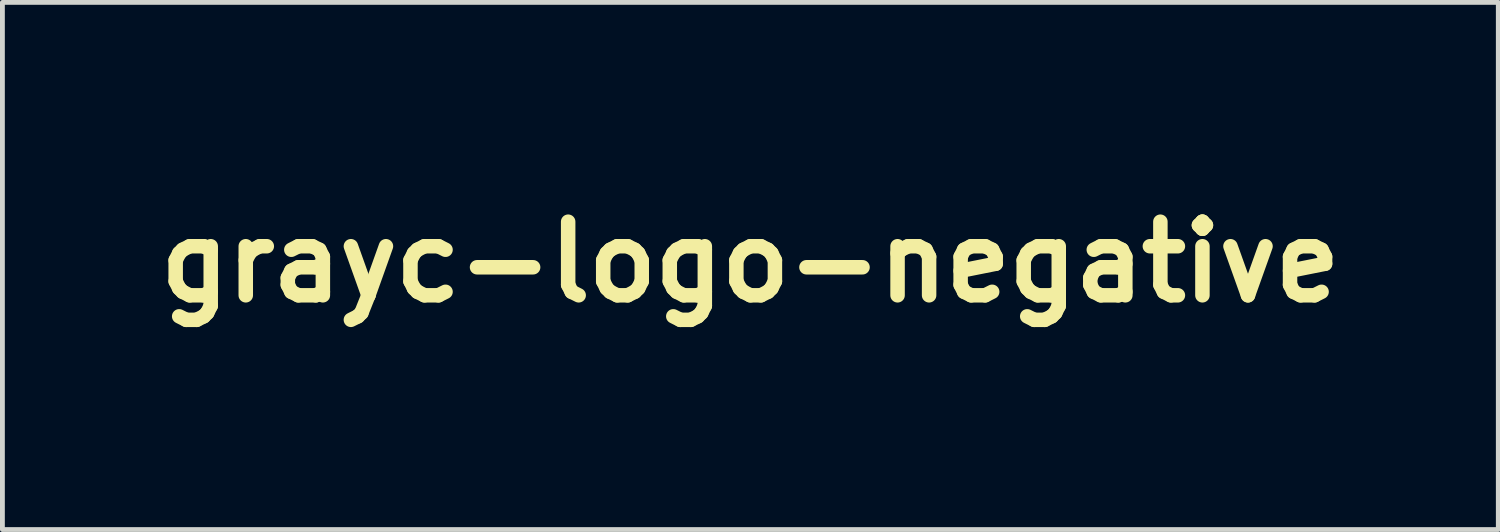
<source format=kicad_pcb>
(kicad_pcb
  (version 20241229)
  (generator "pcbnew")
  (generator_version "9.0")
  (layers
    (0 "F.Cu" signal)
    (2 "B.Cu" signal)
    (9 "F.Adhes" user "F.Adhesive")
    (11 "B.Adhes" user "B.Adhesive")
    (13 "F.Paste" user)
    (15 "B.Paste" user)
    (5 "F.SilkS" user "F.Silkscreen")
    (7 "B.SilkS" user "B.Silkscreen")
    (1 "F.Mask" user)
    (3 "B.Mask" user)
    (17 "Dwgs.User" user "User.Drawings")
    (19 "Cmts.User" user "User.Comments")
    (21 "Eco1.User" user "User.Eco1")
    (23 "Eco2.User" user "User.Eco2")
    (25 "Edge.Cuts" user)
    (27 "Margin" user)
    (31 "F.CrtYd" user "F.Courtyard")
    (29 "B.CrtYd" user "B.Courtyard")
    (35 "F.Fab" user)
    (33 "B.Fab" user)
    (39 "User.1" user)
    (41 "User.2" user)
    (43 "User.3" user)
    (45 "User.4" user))
  (footprint "grayc-logo-negative"
    (layer "F.Cu")
    (at 12.49 2.376)
    (property "Reference" "grayc-logo-negative" (at 0 0 0) (layer "F.SilkS") (effects (font (size 1.524 1.524) (thickness 0.3))))
    (attr through_hole)
    (fp_poly (pts (xy 0.1 -2.232) (xy -0.124 -2.138) (xy -0.373 -1.996) (xy -0.619 -1.829) (xy -0.833 -1.659) (xy -0.987 -1.509) (xy -1.053 -1.401) (xy -1.003 -1.358) (xy -1.002 -1.358) (xy -0.792 -1.324) (xy -0.727 -1.303) (xy -0.613 -1.311) (xy -0.593 -1.388) (xy -0.548 -1.509) (xy -0.456 -1.496) (xy -0.394 -1.4) (xy -0.297 -1.298) (xy -0.094 -1.16) (xy 0.102 -1.052) (xy 0.514 -0.82) (xy 0.785 -0.599) (xy 0.937 -0.368) (xy 0.976 -0.243) (xy 1.112 0.005) (xy 1.404 0.259) (xy 1.613 0.413) (xy 1.748 0.533) (xy 1.778 0.576) (xy 1.717 0.697) (xy 1.571 0.859) (xy 1.396 1.009) (xy 1.249 1.095) (xy 1.219 1.101) (xy 1.062 1.081) (xy 0.818 1.031) (xy 0.714 1.006) (xy 0.414 0.954) (xy 0.177 0.983) (xy 0.076 1.02) (xy -0.097 1.109) (xy -0.156 1.225) (xy -0.138 1.432) (xy -0.035 1.736) (xy 0.171 1.928) (xy 0.498 2.02) (xy 0.732 2.032) (xy 1.257 1.956) (xy 1.763 1.746) (xy 2.066 1.535) (xy 2.171 1.449) (xy 2.177 1.47) (xy 2.087 1.616) (xy 2.083 1.621) (xy 1.809 1.921) (xy 1.416 2.186) (xy 0.957 2.391) (xy 0.482 2.512) (xy 0.177 2.534) (xy -0.104 2.504) (xy -0.421 2.435) (xy -0.493 2.414) (xy -1.048 2.161) (xy -1.5 1.793) (xy -1.843 1.337) (xy -2.071 0.818) (xy -2.178 0.262) (xy -2.158 -0.307) (xy -2.044 -0.72) (xy -1.27 -0.72) (xy -1.228 -0.677) (xy -1.185 -0.72) (xy -1.228 -0.762) (xy -1.27 -0.72) (xy -2.044 -0.72) (xy -2.004 -0.863) (xy -1.857 -1.122) (xy -1.438 -1.122) (xy -1.355 -0.95) (xy -1.135 -0.831) (xy -1.089 -0.818) (xy -0.87 -0.71) (xy -0.806 -0.548) (xy -0.903 -0.359) (xy -0.962 -0.302) (xy -1.107 -0.153) (xy -1.234 0.02) (xy -1.325 0.182) (xy -1.36 0.295) (xy -1.32 0.323) (xy -1.283 0.304) (xy -1.249 0.353) (xy -1.241 0.525) (xy -1.25 0.668) (xy -1.232 1.027) (xy -1.088 1.325) (xy -0.801 1.593) (xy -0.639 1.702) (xy -0.435 1.809) (xy -0.356 1.802) (xy -0.401 1.68) (xy -0.457 1.595) (xy -0.532 1.433) (xy -0.578 1.229) (xy -0.593 1.036) (xy -0.571 0.905) (xy -0.513 0.886) (xy -0.408 0.87) (xy -0.365 0.821) (xy -0.23 0.69) (xy -0.016 0.644) (xy 0.301 0.681) (xy 0.647 0.771) (xy 0.989 0.864) (xy 1.209 0.9) (xy 1.342 0.882) (xy 1.387 0.855) (xy 1.46 0.763) (xy 1.443 0.637) (xy 1.385 0.509) (xy 1.225 0.289) (xy 1.012 0.206) (xy 0.71 0.245) (xy 0.676 0.254) (xy 0.413 0.318) (xy 0.237 0.336) (xy 0.178 0.309) (xy 0.194 0.286) (xy 0.187 0.197) (xy 0.092 0.083) (xy 0.001 0.028) (xy 0.282 0.028) (xy 0.294 0.079) (xy 0.339 0.085) (xy 0.408 0.054) (xy 0.395 0.028) (xy 0.295 0.018) (xy 0.282 0.028) (xy 0.001 0.028) (xy -0.034 0.007) (xy -0.074 0) (xy -0.194 -0.062) (xy -0.213 -0.088) (xy -0.171 -0.137) (xy 0.033 -0.153) (xy 0.247 -0.145) (xy 0.536 -0.136) (xy 0.693 -0.154) (xy 0.755 -0.207) (xy 0.762 -0.256) (xy 0.703 -0.422) (xy 0.614 -0.531) (xy 0.443 -0.651) (xy 0.213 -0.771) (xy -0.027 -0.871) (xy -0.229 -0.931) (xy -0.346 -0.934) (xy -0.356 -0.921) (xy -0.442 -0.903) (xy -0.634 -0.956) (xy -0.764 -1.009) (xy -1.074 -1.131) (xy -1.304 -1.181) (xy -1.426 -1.156) (xy -1.438 -1.122) (xy -1.857 -1.122) (xy -1.711 -1.38) (xy -1.479 -1.648) (xy -0.986 -2.024) (xy -0.405 -2.258) (xy 0.07 -2.335) (xy 0.55 -2.371) (xy 0.1 -2.232)) (stroke (width 0.01) (type solid)) (fill yes) (layer "F.Mask")))
  (gr_rect
    (start -3 -3)
    (end 27.979 7.916)
    (stroke (width 0.1) (type default))
    (fill no)
    (layer "Edge.Cuts")))
</source>
